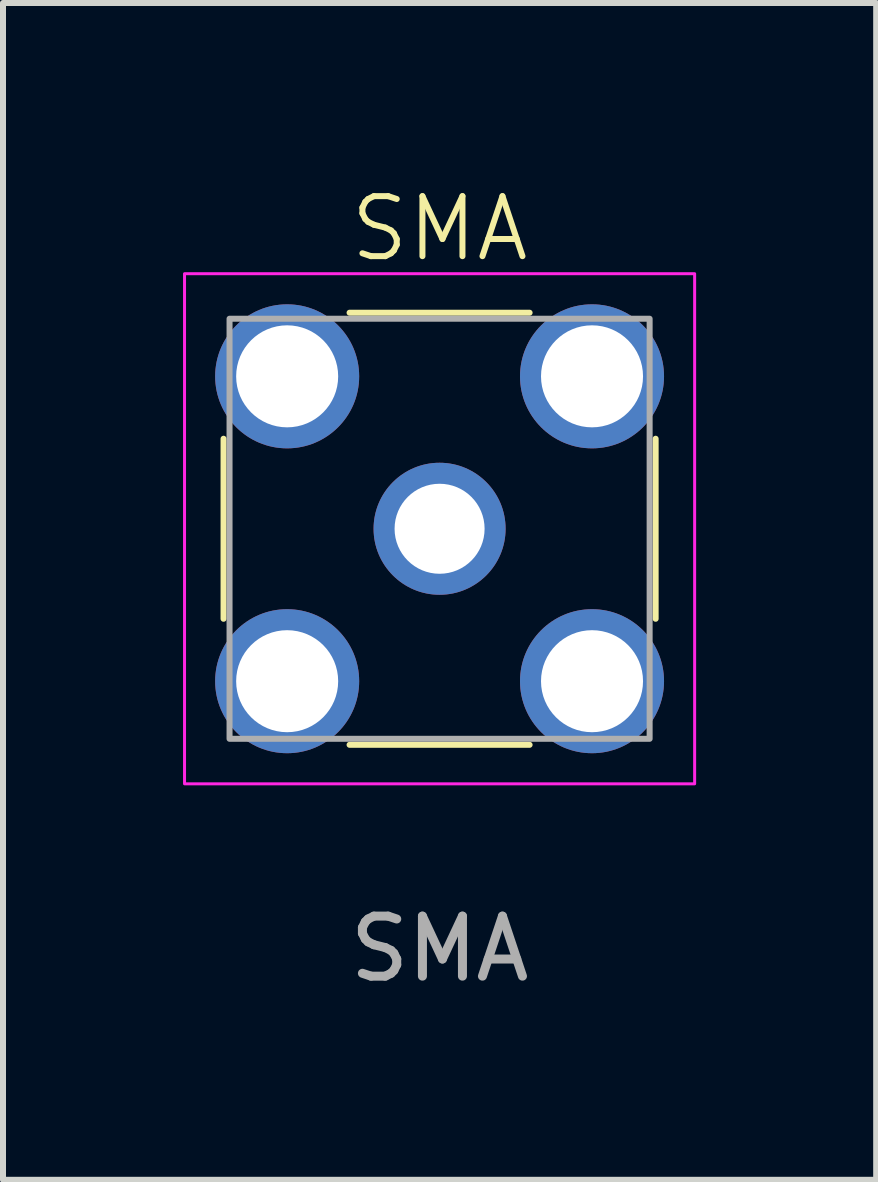
<source format=kicad_pcb>
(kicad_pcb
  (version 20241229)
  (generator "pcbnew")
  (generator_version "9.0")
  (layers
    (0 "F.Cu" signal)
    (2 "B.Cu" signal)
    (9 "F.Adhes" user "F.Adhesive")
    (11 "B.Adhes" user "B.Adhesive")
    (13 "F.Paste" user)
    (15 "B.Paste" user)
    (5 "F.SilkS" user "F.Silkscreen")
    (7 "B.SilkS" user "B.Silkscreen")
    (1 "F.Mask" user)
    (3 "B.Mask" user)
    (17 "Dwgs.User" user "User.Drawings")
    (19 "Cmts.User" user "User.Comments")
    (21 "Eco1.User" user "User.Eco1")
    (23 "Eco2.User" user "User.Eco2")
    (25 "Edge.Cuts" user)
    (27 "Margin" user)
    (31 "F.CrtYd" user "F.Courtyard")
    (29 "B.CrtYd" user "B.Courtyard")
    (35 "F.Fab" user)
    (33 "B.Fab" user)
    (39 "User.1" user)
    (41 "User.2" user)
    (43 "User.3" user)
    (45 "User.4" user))
  (footprint "SMA"
    (layer "F.Cu")
    (at 4.275 5.761)
    (property "Reference" "SMA" (at 0 -5 0) (unlocked yes) (layer "F.SilkS") (effects (font (size 1 1) (thickness 0.1))))
    (attr through_hole)
    (fp_line (start -3.6 1.5) (end -3.6 -1.5) (stroke (width 0.1) (type solid)) (layer "F.SilkS"))
    (fp_line (start -1.5 -3.6) (end 1.5 -3.6) (stroke (width 0.1) (type solid)) (layer "F.SilkS"))
    (fp_line (start -1.5 3.6) (end 1.5 3.6) (stroke (width 0.1) (type solid)) (layer "F.SilkS"))
    (fp_line (start 3.6 1.5) (end 3.6 -1.5) (stroke (width 0.1) (type solid)) (layer "F.SilkS"))
    (fp_rect (start -4.25 -4.25) (end 4.25 4.25) (stroke (width 0.05) (type solid)) (fill no) (layer "F.CrtYd"))
    (fp_rect (start -3.5 -3.5) (end 3.5 3.5) (stroke (width 0.1) (type solid)) (fill no) (layer "F.Fab"))
    (fp_text user "${REFERENCE}" (at 0 7 0) (unlocked yes) (layer "F.Fab") (effects (font (size 1 1) (thickness 0.15))))
    (pad "1" thru_hole circle (at 0 0) (size 2.2 2.2) (drill 1.5) (layers "*.Cu" "*.Mask"))
    (pad "2" thru_hole circle (at -2.54 -2.54) (size 2.4 2.4) (drill 1.7) (layers "*.Cu" "*.Mask"))
    (pad "3" thru_hole circle (at -2.54 2.54) (size 2.4 2.4) (drill 1.7) (layers "*.Cu" "*.Mask"))
    (pad "4" thru_hole circle (at 2.54 2.54) (size 2.4 2.4) (drill 1.7) (layers "*.Cu" "*.Mask"))
    (pad "5" thru_hole circle (at 2.54 -2.54) (size 2.4 2.4) (drill 1.7) (layers "*.Cu" "*.Mask")))
  (gr_rect
    (start -3 -3)
    (end 11.55 16.609)
    (stroke (width 0.1) (type default))
    (fill no)
    (layer "Edge.Cuts")))
</source>
